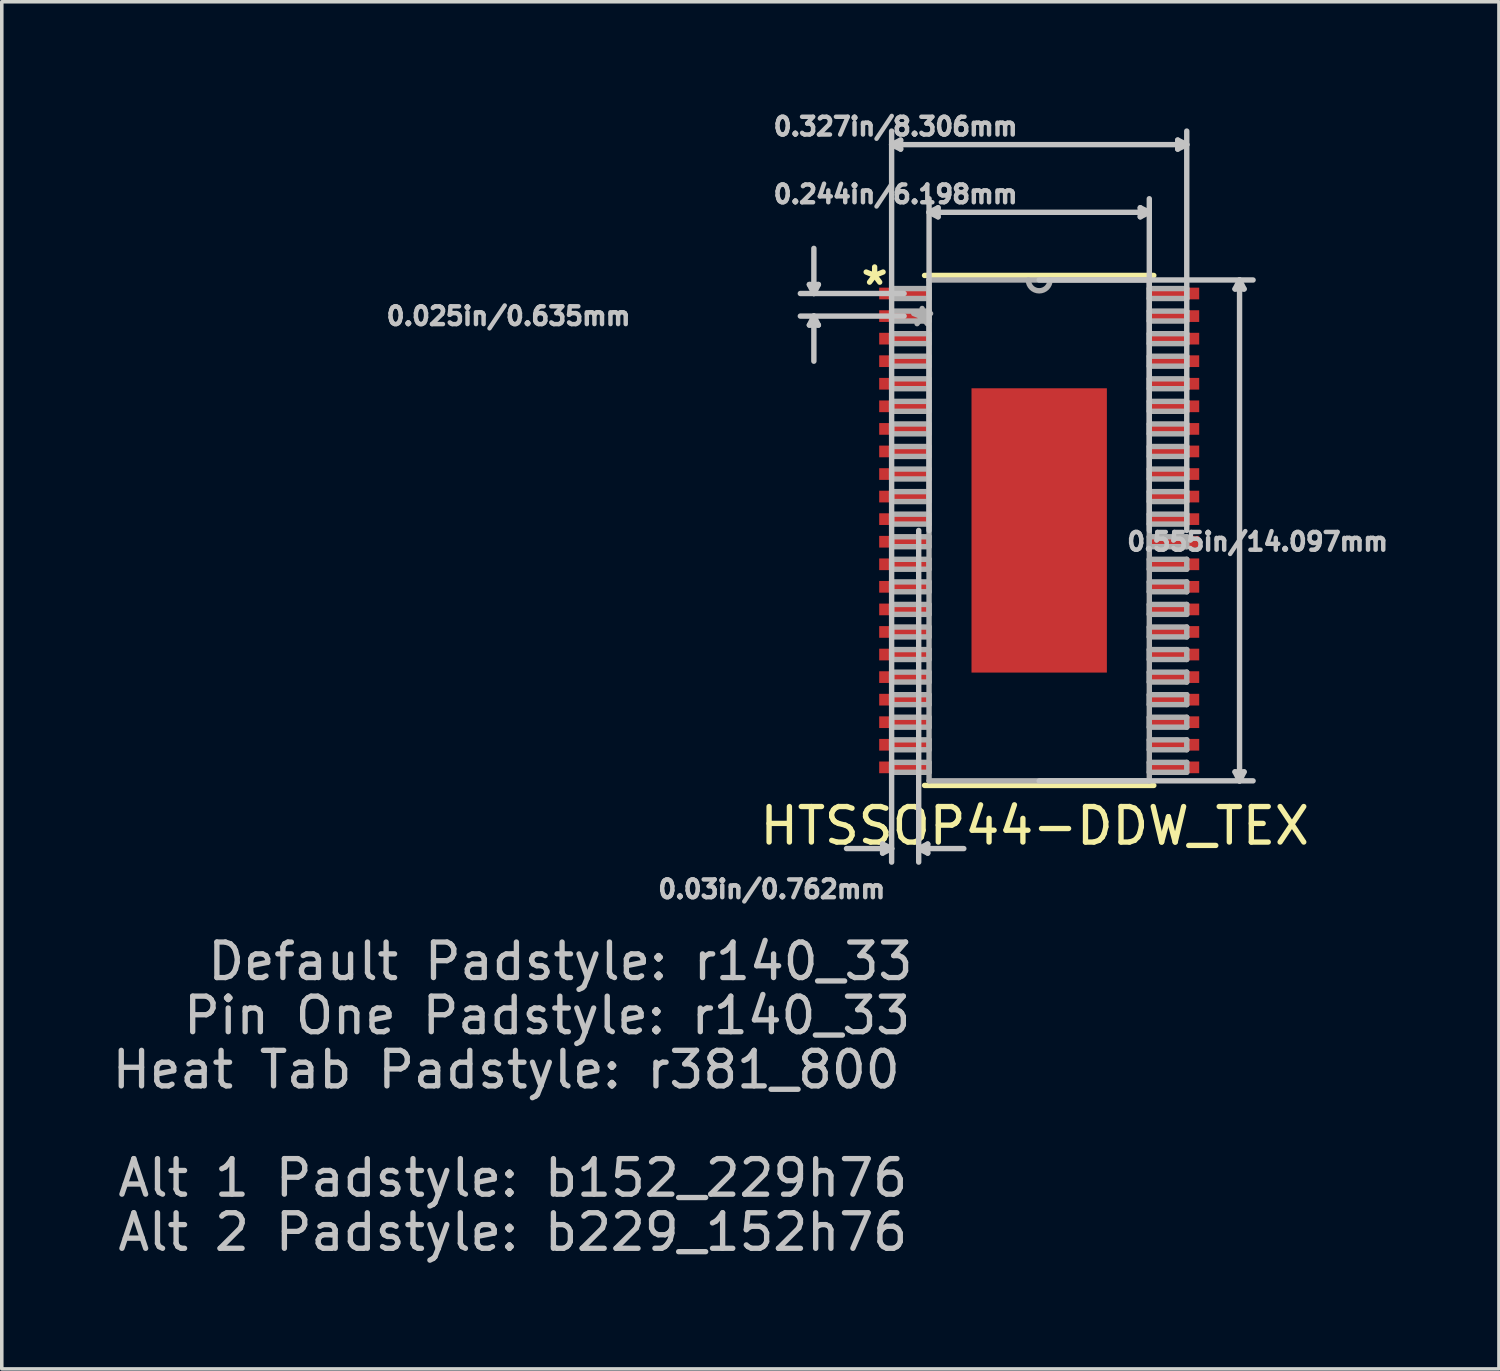
<source format=kicad_pcb>
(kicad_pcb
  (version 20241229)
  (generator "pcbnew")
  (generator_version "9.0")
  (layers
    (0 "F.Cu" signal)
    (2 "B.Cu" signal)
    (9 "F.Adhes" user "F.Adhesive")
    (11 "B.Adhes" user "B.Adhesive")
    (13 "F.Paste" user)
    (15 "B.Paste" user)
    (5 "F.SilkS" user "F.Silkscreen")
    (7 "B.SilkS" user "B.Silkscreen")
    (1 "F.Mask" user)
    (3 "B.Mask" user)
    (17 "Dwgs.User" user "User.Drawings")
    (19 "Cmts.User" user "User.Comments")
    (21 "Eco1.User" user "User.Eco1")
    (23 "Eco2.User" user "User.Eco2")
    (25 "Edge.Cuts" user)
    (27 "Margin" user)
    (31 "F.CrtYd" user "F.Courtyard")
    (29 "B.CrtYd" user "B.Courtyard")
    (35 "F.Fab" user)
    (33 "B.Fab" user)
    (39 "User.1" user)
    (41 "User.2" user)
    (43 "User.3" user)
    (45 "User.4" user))
  (footprint "HTSSOP44-DDW_TEX"
    (layer "F.Cu")
    (at 26.196 11.878)
    (property "Reference" "HTSSOP44-DDW_TEX" (at -0.125 8.315 0) (layer "F.SilkS") (effects (font (size 1 1) (thickness 0.15))))
    (attr smd)
    (fp_line (start -3.226 7.176) (end 3.226 7.176) (stroke (width 0.152) (type solid)) (layer "F.SilkS"))
    (fp_line (start 3.226 -7.176) (end -3.226 -7.176) (stroke (width 0.152) (type solid)) (layer "F.SilkS"))
    (fp_poly (pts (xy -1.805 -3.901) (xy -1.805 -2.767) (xy -0.735 -2.767) (xy -0.735 -3.901)) (stroke (width 0.025) (type solid)) (fill yes) (layer "F.Paste"))
    (fp_poly (pts (xy -1.805 -2.567) (xy -1.805 -1.433) (xy -0.735 -1.433) (xy -0.735 -2.567)) (stroke (width 0.025) (type solid)) (fill yes) (layer "F.Paste"))
    (fp_poly (pts (xy -1.805 -1.234) (xy -1.805 -0.1) (xy -0.735 -0.1) (xy -0.735 -1.234)) (stroke (width 0.025) (type solid)) (fill yes) (layer "F.Paste"))
    (fp_poly (pts (xy -1.805 0.1) (xy -1.805 1.234) (xy -0.735 1.234) (xy -0.735 0.1)) (stroke (width 0.025) (type solid)) (fill yes) (layer "F.Paste"))
    (fp_poly (pts (xy -1.805 1.433) (xy -1.805 2.567) (xy -0.735 2.567) (xy -0.735 1.433)) (stroke (width 0.025) (type solid)) (fill yes) (layer "F.Paste"))
    (fp_poly (pts (xy -1.805 2.767) (xy -1.805 3.901) (xy -0.735 3.901) (xy -0.735 2.767)) (stroke (width 0.025) (type solid)) (fill yes) (layer "F.Paste"))
    (fp_poly (pts (xy -0.535 -3.901) (xy -0.535 -2.767) (xy 0.535 -2.767) (xy 0.535 -3.901)) (stroke (width 0.025) (type solid)) (fill yes) (layer "F.Paste"))
    (fp_poly (pts (xy -0.535 -2.567) (xy -0.535 -1.433) (xy 0.535 -1.433) (xy 0.535 -2.567)) (stroke (width 0.025) (type solid)) (fill yes) (layer "F.Paste"))
    (fp_poly (pts (xy -0.535 -1.234) (xy -0.535 -0.1) (xy 0.535 -0.1) (xy 0.535 -1.234)) (stroke (width 0.025) (type solid)) (fill yes) (layer "F.Paste"))
    (fp_poly (pts (xy -0.535 0.1) (xy -0.535 1.234) (xy 0.535 1.234) (xy 0.535 0.1)) (stroke (width 0.025) (type solid)) (fill yes) (layer "F.Paste"))
    (fp_poly (pts (xy -0.535 1.433) (xy -0.535 2.567) (xy 0.535 2.567) (xy 0.535 1.433)) (stroke (width 0.025) (type solid)) (fill yes) (layer "F.Paste"))
    (fp_poly (pts (xy -0.535 2.767) (xy -0.535 3.901) (xy 0.535 3.901) (xy 0.535 2.767)) (stroke (width 0.025) (type solid)) (fill yes) (layer "F.Paste"))
    (fp_poly (pts (xy 0.735 -3.901) (xy 0.735 -2.767) (xy 1.805 -2.767) (xy 1.805 -3.901)) (stroke (width 0.025) (type solid)) (fill yes) (layer "F.Paste"))
    (fp_poly (pts (xy 0.735 -2.567) (xy 0.735 -1.433) (xy 1.805 -1.433) (xy 1.805 -2.567)) (stroke (width 0.025) (type solid)) (fill yes) (layer "F.Paste"))
    (fp_poly (pts (xy 0.735 -1.234) (xy 0.735 -0.1) (xy 1.805 -0.1) (xy 1.805 -1.234)) (stroke (width 0.025) (type solid)) (fill yes) (layer "F.Paste"))
    (fp_poly (pts (xy 0.735 0.1) (xy 0.735 1.234) (xy 1.805 1.234) (xy 1.805 0.1)) (stroke (width 0.025) (type solid)) (fill yes) (layer "F.Paste"))
    (fp_poly (pts (xy 0.735 1.433) (xy 0.735 2.567) (xy 1.805 2.567) (xy 1.805 1.433)) (stroke (width 0.025) (type solid)) (fill yes) (layer "F.Paste"))
    (fp_poly (pts (xy 0.735 2.767) (xy 0.735 3.901) (xy 1.805 3.901) (xy 1.805 2.767)) (stroke (width 0.025) (type solid)) (fill yes) (layer "F.Paste"))
    (fp_line (start -6.468 -6.921) (end -6.214 -6.921) (stroke (width 0.152) (type solid)) (layer "Dwgs.User"))
    (fp_line (start -6.468 -5.779) (end -6.214 -5.779) (stroke (width 0.152) (type solid)) (layer "Dwgs.User"))
    (fp_line (start -6.341 -6.668) (end -6.468 -6.921) (stroke (width 0.152) (type solid)) (layer "Dwgs.User"))
    (fp_line (start -6.341 -6.668) (end -6.341 -7.938) (stroke (width 0.152) (type solid)) (layer "Dwgs.User"))
    (fp_line (start -6.341 -6.668) (end -6.214 -6.921) (stroke (width 0.152) (type solid)) (layer "Dwgs.User"))
    (fp_line (start -6.341 -6.032) (end -6.468 -5.779) (stroke (width 0.152) (type solid)) (layer "Dwgs.User"))
    (fp_line (start -6.341 -6.032) (end -6.341 -4.763) (stroke (width 0.152) (type solid)) (layer "Dwgs.User"))
    (fp_line (start -6.341 -6.032) (end -6.214 -5.779) (stroke (width 0.152) (type solid)) (layer "Dwgs.User"))
    (fp_line (start -4.407 8.826) (end -4.407 9.081) (stroke (width 0.152) (type solid)) (layer "Dwgs.User"))
    (fp_line (start -4.153 -10.858) (end -3.899 -10.986) (stroke (width 0.152) (type solid)) (layer "Dwgs.User"))
    (fp_line (start -4.153 -10.858) (end -3.899 -10.732) (stroke (width 0.152) (type solid)) (layer "Dwgs.User"))
    (fp_line (start -4.153 -10.858) (end 4.153 -10.858) (stroke (width 0.152) (type solid)) (layer "Dwgs.User"))
    (fp_line (start -4.153 8.954) (end -5.423 8.954) (stroke (width 0.152) (type solid)) (layer "Dwgs.User"))
    (fp_line (start -4.153 8.954) (end -4.407 8.826) (stroke (width 0.152) (type solid)) (layer "Dwgs.User"))
    (fp_line (start -4.153 8.954) (end -4.407 9.081) (stroke (width 0.152) (type solid)) (layer "Dwgs.User"))
    (fp_line (start -4.153 9.335) (end -4.153 -11.239) (stroke (width 0.152) (type solid)) (layer "Dwgs.User"))
    (fp_line (start -3.899 -10.986) (end -3.899 -10.732) (stroke (width 0.152) (type solid)) (layer "Dwgs.User"))
    (fp_line (start -3.801 -6.668) (end -6.722 -6.668) (stroke (width 0.152) (type solid)) (layer "Dwgs.User"))
    (fp_line (start -3.801 -6.032) (end -6.722 -6.032) (stroke (width 0.152) (type solid)) (layer "Dwgs.User"))
    (fp_line (start -3.391 0) (end -3.391 9.335) (stroke (width 0.152) (type solid)) (layer "Dwgs.User"))
    (fp_line (start -3.391 8.954) (end -3.137 8.826) (stroke (width 0.152) (type solid)) (layer "Dwgs.User"))
    (fp_line (start -3.391 8.954) (end -3.137 9.081) (stroke (width 0.152) (type solid)) (layer "Dwgs.User"))
    (fp_line (start -3.391 8.954) (end -2.121 8.954) (stroke (width 0.152) (type solid)) (layer "Dwgs.User"))
    (fp_line (start -3.137 8.826) (end -3.137 9.081) (stroke (width 0.152) (type solid)) (layer "Dwgs.User"))
    (fp_line (start -3.099 -8.954) (end -2.845 -9.081) (stroke (width 0.152) (type solid)) (layer "Dwgs.User"))
    (fp_line (start -3.099 -8.954) (end -2.845 -8.826) (stroke (width 0.152) (type solid)) (layer "Dwgs.User"))
    (fp_line (start -3.099 -8.954) (end 3.099 -8.954) (stroke (width 0.152) (type solid)) (layer "Dwgs.User"))
    (fp_line (start -3.099 0) (end -3.099 -9.335) (stroke (width 0.152) (type solid)) (layer "Dwgs.User"))
    (fp_line (start -2.845 -9.081) (end -2.845 -8.826) (stroke (width 0.152) (type solid)) (layer "Dwgs.User"))
    (fp_line (start 0 -7.048) (end 6.02 -7.048) (stroke (width 0.152) (type solid)) (layer "Dwgs.User"))
    (fp_line (start 0 7.048) (end 6.02 7.048) (stroke (width 0.152) (type solid)) (layer "Dwgs.User"))
    (fp_line (start 2.845 -9.081) (end 2.845 -8.826) (stroke (width 0.152) (type solid)) (layer "Dwgs.User"))
    (fp_line (start 3.099 -8.954) (end 2.845 -9.081) (stroke (width 0.152) (type solid)) (layer "Dwgs.User"))
    (fp_line (start 3.099 -8.954) (end 2.845 -8.826) (stroke (width 0.152) (type solid)) (layer "Dwgs.User"))
    (fp_line (start 3.099 0) (end 3.099 -9.335) (stroke (width 0.152) (type solid)) (layer "Dwgs.User"))
    (fp_line (start 3.899 -10.986) (end 3.899 -10.732) (stroke (width 0.152) (type solid)) (layer "Dwgs.User"))
    (fp_line (start 4.153 -10.858) (end 3.899 -10.986) (stroke (width 0.152) (type solid)) (layer "Dwgs.User"))
    (fp_line (start 4.153 -10.858) (end 3.899 -10.732) (stroke (width 0.152) (type solid)) (layer "Dwgs.User"))
    (fp_line (start 4.153 0) (end 4.153 -11.239) (stroke (width 0.152) (type solid)) (layer "Dwgs.User"))
    (fp_line (start 5.512 -6.795) (end 5.766 -6.795) (stroke (width 0.152) (type solid)) (layer "Dwgs.User"))
    (fp_line (start 5.512 6.795) (end 5.766 6.795) (stroke (width 0.152) (type solid)) (layer "Dwgs.User"))
    (fp_line (start 5.639 -7.048) (end 5.512 -6.795) (stroke (width 0.152) (type solid)) (layer "Dwgs.User"))
    (fp_line (start 5.639 -7.048) (end 5.639 7.048) (stroke (width 0.152) (type solid)) (layer "Dwgs.User"))
    (fp_line (start 5.639 -7.048) (end 5.766 -6.795) (stroke (width 0.152) (type solid)) (layer "Dwgs.User"))
    (fp_line (start 5.639 7.048) (end 5.512 6.795) (stroke (width 0.152) (type solid)) (layer "Dwgs.User"))
    (fp_line (start 5.639 7.048) (end 5.766 6.795) (stroke (width 0.152) (type solid)) (layer "Dwgs.User"))
    (fp_line (start -4.153 -6.807) (end -4.153 -6.528) (stroke (width 0.152) (type solid)) (layer "F.Fab"))
    (fp_line (start -4.153 -6.528) (end -3.099 -6.528) (stroke (width 0.152) (type solid)) (layer "F.Fab"))
    (fp_line (start -4.153 -6.172) (end -4.153 -5.893) (stroke (width 0.152) (type solid)) (layer "F.Fab"))
    (fp_line (start -4.153 -5.893) (end -3.099 -5.893) (stroke (width 0.152) (type solid)) (layer "F.Fab"))
    (fp_line (start -4.153 -5.537) (end -4.153 -5.258) (stroke (width 0.152) (type solid)) (layer "F.Fab"))
    (fp_line (start -4.153 -5.258) (end -3.099 -5.258) (stroke (width 0.152) (type solid)) (layer "F.Fab"))
    (fp_line (start -4.153 -4.902) (end -4.153 -4.623) (stroke (width 0.152) (type solid)) (layer "F.Fab"))
    (fp_line (start -4.153 -4.623) (end -3.099 -4.623) (stroke (width 0.152) (type solid)) (layer "F.Fab"))
    (fp_line (start -4.153 -4.267) (end -4.153 -3.988) (stroke (width 0.152) (type solid)) (layer "F.Fab"))
    (fp_line (start -4.153 -3.988) (end -3.099 -3.988) (stroke (width 0.152) (type solid)) (layer "F.Fab"))
    (fp_line (start -4.153 -3.632) (end -4.153 -3.353) (stroke (width 0.152) (type solid)) (layer "F.Fab"))
    (fp_line (start -4.153 -3.353) (end -3.099 -3.353) (stroke (width 0.152) (type solid)) (layer "F.Fab"))
    (fp_line (start -4.153 -2.997) (end -4.153 -2.718) (stroke (width 0.152) (type solid)) (layer "F.Fab"))
    (fp_line (start -4.153 -2.718) (end -3.099 -2.718) (stroke (width 0.152) (type solid)) (layer "F.Fab"))
    (fp_line (start -4.153 -2.362) (end -4.153 -2.083) (stroke (width 0.152) (type solid)) (layer "F.Fab"))
    (fp_line (start -4.153 -2.083) (end -3.099 -2.083) (stroke (width 0.152) (type solid)) (layer "F.Fab"))
    (fp_line (start -4.153 -1.727) (end -4.153 -1.448) (stroke (width 0.152) (type solid)) (layer "F.Fab"))
    (fp_line (start -4.153 -1.448) (end -3.099 -1.448) (stroke (width 0.152) (type solid)) (layer "F.Fab"))
    (fp_line (start -4.153 -1.092) (end -4.153 -0.813) (stroke (width 0.152) (type solid)) (layer "F.Fab"))
    (fp_line (start -4.153 -0.813) (end -3.099 -0.813) (stroke (width 0.152) (type solid)) (layer "F.Fab"))
    (fp_line (start -4.153 -0.457) (end -4.153 -0.178) (stroke (width 0.152) (type solid)) (layer "F.Fab"))
    (fp_line (start -4.153 -0.178) (end -3.099 -0.178) (stroke (width 0.152) (type solid)) (layer "F.Fab"))
    (fp_line (start -4.153 0.178) (end -4.153 0.457) (stroke (width 0.152) (type solid)) (layer "F.Fab"))
    (fp_line (start -4.153 0.457) (end -3.099 0.457) (stroke (width 0.152) (type solid)) (layer "F.Fab"))
    (fp_line (start -4.153 0.813) (end -4.153 1.092) (stroke (width 0.152) (type solid)) (layer "F.Fab"))
    (fp_line (start -4.153 1.092) (end -3.099 1.092) (stroke (width 0.152) (type solid)) (layer "F.Fab"))
    (fp_line (start -4.153 1.448) (end -4.153 1.727) (stroke (width 0.152) (type solid)) (layer "F.Fab"))
    (fp_line (start -4.153 1.727) (end -3.099 1.727) (stroke (width 0.152) (type solid)) (layer "F.Fab"))
    (fp_line (start -4.153 2.083) (end -4.153 2.362) (stroke (width 0.152) (type solid)) (layer "F.Fab"))
    (fp_line (start -4.153 2.362) (end -3.099 2.362) (stroke (width 0.152) (type solid)) (layer "F.Fab"))
    (fp_line (start -4.153 2.718) (end -4.153 2.997) (stroke (width 0.152) (type solid)) (layer "F.Fab"))
    (fp_line (start -4.153 2.997) (end -3.099 2.997) (stroke (width 0.152) (type solid)) (layer "F.Fab"))
    (fp_line (start -4.153 3.353) (end -4.153 3.632) (stroke (width 0.152) (type solid)) (layer "F.Fab"))
    (fp_line (start -4.153 3.632) (end -3.099 3.632) (stroke (width 0.152) (type solid)) (layer "F.Fab"))
    (fp_line (start -4.153 3.988) (end -4.153 4.267) (stroke (width 0.152) (type solid)) (layer "F.Fab"))
    (fp_line (start -4.153 4.267) (end -3.099 4.267) (stroke (width 0.152) (type solid)) (layer "F.Fab"))
    (fp_line (start -4.153 4.623) (end -4.153 4.902) (stroke (width 0.152) (type solid)) (layer "F.Fab"))
    (fp_line (start -4.153 4.902) (end -3.099 4.902) (stroke (width 0.152) (type solid)) (layer "F.Fab"))
    (fp_line (start -4.153 5.258) (end -4.153 5.537) (stroke (width 0.152) (type solid)) (layer "F.Fab"))
    (fp_line (start -4.153 5.537) (end -3.099 5.537) (stroke (width 0.152) (type solid)) (layer "F.Fab"))
    (fp_line (start -4.153 5.893) (end -4.153 6.172) (stroke (width 0.152) (type solid)) (layer "F.Fab"))
    (fp_line (start -4.153 6.172) (end -3.099 6.172) (stroke (width 0.152) (type solid)) (layer "F.Fab"))
    (fp_line (start -4.153 6.528) (end -4.153 6.807) (stroke (width 0.152) (type solid)) (layer "F.Fab"))
    (fp_line (start -4.153 6.807) (end -3.099 6.807) (stroke (width 0.152) (type solid)) (layer "F.Fab"))
    (fp_line (start -3.099 -7.048) (end -3.099 7.048) (stroke (width 0.152) (type solid)) (layer "F.Fab"))
    (fp_line (start -3.099 -6.807) (end -4.153 -6.807) (stroke (width 0.152) (type solid)) (layer "F.Fab"))
    (fp_line (start -3.099 -6.528) (end -3.099 -6.807) (stroke (width 0.152) (type solid)) (layer "F.Fab"))
    (fp_line (start -3.099 -6.172) (end -4.153 -6.172) (stroke (width 0.152) (type solid)) (layer "F.Fab"))
    (fp_line (start -3.099 -5.893) (end -3.099 -6.172) (stroke (width 0.152) (type solid)) (layer "F.Fab"))
    (fp_line (start -3.099 -5.537) (end -4.153 -5.537) (stroke (width 0.152) (type solid)) (layer "F.Fab"))
    (fp_line (start -3.099 -5.258) (end -3.099 -5.537) (stroke (width 0.152) (type solid)) (layer "F.Fab"))
    (fp_line (start -3.099 -4.902) (end -4.153 -4.902) (stroke (width 0.152) (type solid)) (layer "F.Fab"))
    (fp_line (start -3.099 -4.623) (end -3.099 -4.902) (stroke (width 0.152) (type solid)) (layer "F.Fab"))
    (fp_line (start -3.099 -4.267) (end -4.153 -4.267) (stroke (width 0.152) (type solid)) (layer "F.Fab"))
    (fp_line (start -3.099 -3.988) (end -3.099 -4.267) (stroke (width 0.152) (type solid)) (layer "F.Fab"))
    (fp_line (start -3.099 -3.632) (end -4.153 -3.632) (stroke (width 0.152) (type solid)) (layer "F.Fab"))
    (fp_line (start -3.099 -3.353) (end -3.099 -3.632) (stroke (width 0.152) (type solid)) (layer "F.Fab"))
    (fp_line (start -3.099 -2.997) (end -4.153 -2.997) (stroke (width 0.152) (type solid)) (layer "F.Fab"))
    (fp_line (start -3.099 -2.718) (end -3.099 -2.997) (stroke (width 0.152) (type solid)) (layer "F.Fab"))
    (fp_line (start -3.099 -2.362) (end -4.153 -2.362) (stroke (width 0.152) (type solid)) (layer "F.Fab"))
    (fp_line (start -3.099 -2.083) (end -3.099 -2.362) (stroke (width 0.152) (type solid)) (layer "F.Fab"))
    (fp_line (start -3.099 -1.727) (end -4.153 -1.727) (stroke (width 0.152) (type solid)) (layer "F.Fab"))
    (fp_line (start -3.099 -1.448) (end -3.099 -1.727) (stroke (width 0.152) (type solid)) (layer "F.Fab"))
    (fp_line (start -3.099 -1.092) (end -4.153 -1.092) (stroke (width 0.152) (type solid)) (layer "F.Fab"))
    (fp_line (start -3.099 -0.813) (end -3.099 -1.092) (stroke (width 0.152) (type solid)) (layer "F.Fab"))
    (fp_line (start -3.099 -0.457) (end -4.153 -0.457) (stroke (width 0.152) (type solid)) (layer "F.Fab"))
    (fp_line (start -3.099 -0.178) (end -3.099 -0.457) (stroke (width 0.152) (type solid)) (layer "F.Fab"))
    (fp_line (start -3.099 0.178) (end -4.153 0.178) (stroke (width 0.152) (type solid)) (layer "F.Fab"))
    (fp_line (start -3.099 0.457) (end -3.099 0.178) (stroke (width 0.152) (type solid)) (layer "F.Fab"))
    (fp_line (start -3.099 0.813) (end -4.153 0.813) (stroke (width 0.152) (type solid)) (layer "F.Fab"))
    (fp_line (start -3.099 1.092) (end -3.099 0.813) (stroke (width 0.152) (type solid)) (layer "F.Fab"))
    (fp_line (start -3.099 1.448) (end -4.153 1.448) (stroke (width 0.152) (type solid)) (layer "F.Fab"))
    (fp_line (start -3.099 1.727) (end -3.099 1.448) (stroke (width 0.152) (type solid)) (layer "F.Fab"))
    (fp_line (start -3.099 2.083) (end -4.153 2.083) (stroke (width 0.152) (type solid)) (layer "F.Fab"))
    (fp_line (start -3.099 2.362) (end -3.099 2.083) (stroke (width 0.152) (type solid)) (layer "F.Fab"))
    (fp_line (start -3.099 2.718) (end -4.153 2.718) (stroke (width 0.152) (type solid)) (layer "F.Fab"))
    (fp_line (start -3.099 2.997) (end -3.099 2.718) (stroke (width 0.152) (type solid)) (layer "F.Fab"))
    (fp_line (start -3.099 3.353) (end -4.153 3.353) (stroke (width 0.152) (type solid)) (layer "F.Fab"))
    (fp_line (start -3.099 3.632) (end -3.099 3.353) (stroke (width 0.152) (type solid)) (layer "F.Fab"))
    (fp_line (start -3.099 3.988) (end -4.153 3.988) (stroke (width 0.152) (type solid)) (layer "F.Fab"))
    (fp_line (start -3.099 4.267) (end -3.099 3.988) (stroke (width 0.152) (type solid)) (layer "F.Fab"))
    (fp_line (start -3.099 4.623) (end -4.153 4.623) (stroke (width 0.152) (type solid)) (layer "F.Fab"))
    (fp_line (start -3.099 4.902) (end -3.099 4.623) (stroke (width 0.152) (type solid)) (layer "F.Fab"))
    (fp_line (start -3.099 5.258) (end -4.153 5.258) (stroke (width 0.152) (type solid)) (layer "F.Fab"))
    (fp_line (start -3.099 5.537) (end -3.099 5.258) (stroke (width 0.152) (type solid)) (layer "F.Fab"))
    (fp_line (start -3.099 5.893) (end -4.153 5.893) (stroke (width 0.152) (type solid)) (layer "F.Fab"))
    (fp_line (start -3.099 6.172) (end -3.099 5.893) (stroke (width 0.152) (type solid)) (layer "F.Fab"))
    (fp_line (start -3.099 6.528) (end -4.153 6.528) (stroke (width 0.152) (type solid)) (layer "F.Fab"))
    (fp_line (start -3.099 6.807) (end -3.099 6.528) (stroke (width 0.152) (type solid)) (layer "F.Fab"))
    (fp_line (start -3.099 7.048) (end 3.099 7.048) (stroke (width 0.152) (type solid)) (layer "F.Fab"))
    (fp_line (start 3.099 -7.048) (end -3.099 -7.048) (stroke (width 0.152) (type solid)) (layer "F.Fab"))
    (fp_line (start 3.099 -6.807) (end 3.099 -6.528) (stroke (width 0.152) (type solid)) (layer "F.Fab"))
    (fp_line (start 3.099 -6.528) (end 4.153 -6.528) (stroke (width 0.152) (type solid)) (layer "F.Fab"))
    (fp_line (start 3.099 -6.172) (end 3.099 -5.893) (stroke (width 0.152) (type solid)) (layer "F.Fab"))
    (fp_line (start 3.099 -5.893) (end 4.153 -5.893) (stroke (width 0.152) (type solid)) (layer "F.Fab"))
    (fp_line (start 3.099 -5.537) (end 3.099 -5.258) (stroke (width 0.152) (type solid)) (layer "F.Fab"))
    (fp_line (start 3.099 -5.258) (end 4.153 -5.258) (stroke (width 0.152) (type solid)) (layer "F.Fab"))
    (fp_line (start 3.099 -4.902) (end 3.099 -4.623) (stroke (width 0.152) (type solid)) (layer "F.Fab"))
    (fp_line (start 3.099 -4.623) (end 4.153 -4.623) (stroke (width 0.152) (type solid)) (layer "F.Fab"))
    (fp_line (start 3.099 -4.267) (end 3.099 -3.988) (stroke (width 0.152) (type solid)) (layer "F.Fab"))
    (fp_line (start 3.099 -3.988) (end 4.153 -3.988) (stroke (width 0.152) (type solid)) (layer "F.Fab"))
    (fp_line (start 3.099 -3.632) (end 3.099 -3.353) (stroke (width 0.152) (type solid)) (layer "F.Fab"))
    (fp_line (start 3.099 -3.353) (end 4.153 -3.353) (stroke (width 0.152) (type solid)) (layer "F.Fab"))
    (fp_line (start 3.099 -2.997) (end 3.099 -2.718) (stroke (width 0.152) (type solid)) (layer "F.Fab"))
    (fp_line (start 3.099 -2.718) (end 4.153 -2.718) (stroke (width 0.152) (type solid)) (layer "F.Fab"))
    (fp_line (start 3.099 -2.362) (end 3.099 -2.083) (stroke (width 0.152) (type solid)) (layer "F.Fab"))
    (fp_line (start 3.099 -2.083) (end 4.153 -2.083) (stroke (width 0.152) (type solid)) (layer "F.Fab"))
    (fp_line (start 3.099 -1.727) (end 3.099 -1.448) (stroke (width 0.152) (type solid)) (layer "F.Fab"))
    (fp_line (start 3.099 -1.448) (end 4.153 -1.448) (stroke (width 0.152) (type solid)) (layer "F.Fab"))
    (fp_line (start 3.099 -1.092) (end 3.099 -0.813) (stroke (width 0.152) (type solid)) (layer "F.Fab"))
    (fp_line (start 3.099 -0.813) (end 4.153 -0.813) (stroke (width 0.152) (type solid)) (layer "F.Fab"))
    (fp_line (start 3.099 -0.457) (end 3.099 -0.178) (stroke (width 0.152) (type solid)) (layer "F.Fab"))
    (fp_line (start 3.099 -0.178) (end 4.153 -0.178) (stroke (width 0.152) (type solid)) (layer "F.Fab"))
    (fp_line (start 3.099 0.178) (end 3.099 0.457) (stroke (width 0.152) (type solid)) (layer "F.Fab"))
    (fp_line (start 3.099 0.457) (end 4.153 0.457) (stroke (width 0.152) (type solid)) (layer "F.Fab"))
    (fp_line (start 3.099 0.813) (end 3.099 1.092) (stroke (width 0.152) (type solid)) (layer "F.Fab"))
    (fp_line (start 3.099 1.092) (end 4.153 1.092) (stroke (width 0.152) (type solid)) (layer "F.Fab"))
    (fp_line (start 3.099 1.448) (end 3.099 1.727) (stroke (width 0.152) (type solid)) (layer "F.Fab"))
    (fp_line (start 3.099 1.727) (end 4.153 1.727) (stroke (width 0.152) (type solid)) (layer "F.Fab"))
    (fp_line (start 3.099 2.083) (end 3.099 2.362) (stroke (width 0.152) (type solid)) (layer "F.Fab"))
    (fp_line (start 3.099 2.362) (end 4.153 2.362) (stroke (width 0.152) (type solid)) (layer "F.Fab"))
    (fp_line (start 3.099 2.718) (end 3.099 2.997) (stroke (width 0.152) (type solid)) (layer "F.Fab"))
    (fp_line (start 3.099 2.997) (end 4.153 2.997) (stroke (width 0.152) (type solid)) (layer "F.Fab"))
    (fp_line (start 3.099 3.353) (end 3.099 3.632) (stroke (width 0.152) (type solid)) (layer "F.Fab"))
    (fp_line (start 3.099 3.632) (end 4.153 3.632) (stroke (width 0.152) (type solid)) (layer "F.Fab"))
    (fp_line (start 3.099 3.988) (end 3.099 4.267) (stroke (width 0.152) (type solid)) (layer "F.Fab"))
    (fp_line (start 3.099 4.267) (end 4.153 4.267) (stroke (width 0.152) (type solid)) (layer "F.Fab"))
    (fp_line (start 3.099 4.623) (end 3.099 4.902) (stroke (width 0.152) (type solid)) (layer "F.Fab"))
    (fp_line (start 3.099 4.902) (end 4.153 4.902) (stroke (width 0.152) (type solid)) (layer "F.Fab"))
    (fp_line (start 3.099 5.258) (end 3.099 5.537) (stroke (width 0.152) (type solid)) (layer "F.Fab"))
    (fp_line (start 3.099 5.537) (end 4.153 5.537) (stroke (width 0.152) (type solid)) (layer "F.Fab"))
    (fp_line (start 3.099 5.893) (end 3.099 6.172) (stroke (width 0.152) (type solid)) (layer "F.Fab"))
    (fp_line (start 3.099 6.172) (end 4.153 6.172) (stroke (width 0.152) (type solid)) (layer "F.Fab"))
    (fp_line (start 3.099 6.528) (end 3.099 6.807) (stroke (width 0.152) (type solid)) (layer "F.Fab"))
    (fp_line (start 3.099 6.807) (end 4.153 6.807) (stroke (width 0.152) (type solid)) (layer "F.Fab"))
    (fp_line (start 3.099 7.048) (end 3.099 -7.048) (stroke (width 0.152) (type solid)) (layer "F.Fab"))
    (fp_line (start 4.153 -6.807) (end 3.099 -6.807) (stroke (width 0.152) (type solid)) (layer "F.Fab"))
    (fp_line (start 4.153 -6.528) (end 4.153 -6.807) (stroke (width 0.152) (type solid)) (layer "F.Fab"))
    (fp_line (start 4.153 -6.172) (end 3.099 -6.172) (stroke (width 0.152) (type solid)) (layer "F.Fab"))
    (fp_line (start 4.153 -5.893) (end 4.153 -6.172) (stroke (width 0.152) (type solid)) (layer "F.Fab"))
    (fp_line (start 4.153 -5.537) (end 3.099 -5.537) (stroke (width 0.152) (type solid)) (layer "F.Fab"))
    (fp_line (start 4.153 -5.258) (end 4.153 -5.537) (stroke (width 0.152) (type solid)) (layer "F.Fab"))
    (fp_line (start 4.153 -4.902) (end 3.099 -4.902) (stroke (width 0.152) (type solid)) (layer "F.Fab"))
    (fp_line (start 4.153 -4.623) (end 4.153 -4.902) (stroke (width 0.152) (type solid)) (layer "F.Fab"))
    (fp_line (start 4.153 -4.267) (end 3.099 -4.267) (stroke (width 0.152) (type solid)) (layer "F.Fab"))
    (fp_line (start 4.153 -3.988) (end 4.153 -4.267) (stroke (width 0.152) (type solid)) (layer "F.Fab"))
    (fp_line (start 4.153 -3.632) (end 3.099 -3.632) (stroke (width 0.152) (type solid)) (layer "F.Fab"))
    (fp_line (start 4.153 -3.353) (end 4.153 -3.632) (stroke (width 0.152) (type solid)) (layer "F.Fab"))
    (fp_line (start 4.153 -2.997) (end 3.099 -2.997) (stroke (width 0.152) (type solid)) (layer "F.Fab"))
    (fp_line (start 4.153 -2.718) (end 4.153 -2.997) (stroke (width 0.152) (type solid)) (layer "F.Fab"))
    (fp_line (start 4.153 -2.362) (end 3.099 -2.362) (stroke (width 0.152) (type solid)) (layer "F.Fab"))
    (fp_line (start 4.153 -2.083) (end 4.153 -2.362) (stroke (width 0.152) (type solid)) (layer "F.Fab"))
    (fp_line (start 4.153 -1.727) (end 3.099 -1.727) (stroke (width 0.152) (type solid)) (layer "F.Fab"))
    (fp_line (start 4.153 -1.448) (end 4.153 -1.727) (stroke (width 0.152) (type solid)) (layer "F.Fab"))
    (fp_line (start 4.153 -1.092) (end 3.099 -1.092) (stroke (width 0.152) (type solid)) (layer "F.Fab"))
    (fp_line (start 4.153 -0.813) (end 4.153 -1.092) (stroke (width 0.152) (type solid)) (layer "F.Fab"))
    (fp_line (start 4.153 -0.457) (end 3.099 -0.457) (stroke (width 0.152) (type solid)) (layer "F.Fab"))
    (fp_line (start 4.153 -0.178) (end 4.153 -0.457) (stroke (width 0.152) (type solid)) (layer "F.Fab"))
    (fp_line (start 4.153 0.178) (end 3.099 0.178) (stroke (width 0.152) (type solid)) (layer "F.Fab"))
    (fp_line (start 4.153 0.457) (end 4.153 0.178) (stroke (width 0.152) (type solid)) (layer "F.Fab"))
    (fp_line (start 4.153 0.813) (end 3.099 0.813) (stroke (width 0.152) (type solid)) (layer "F.Fab"))
    (fp_line (start 4.153 1.092) (end 4.153 0.813) (stroke (width 0.152) (type solid)) (layer "F.Fab"))
    (fp_line (start 4.153 1.448) (end 3.099 1.448) (stroke (width 0.152) (type solid)) (layer "F.Fab"))
    (fp_line (start 4.153 1.727) (end 4.153 1.448) (stroke (width 0.152) (type solid)) (layer "F.Fab"))
    (fp_line (start 4.153 2.083) (end 3.099 2.083) (stroke (width 0.152) (type solid)) (layer "F.Fab"))
    (fp_line (start 4.153 2.362) (end 4.153 2.083) (stroke (width 0.152) (type solid)) (layer "F.Fab"))
    (fp_line (start 4.153 2.718) (end 3.099 2.718) (stroke (width 0.152) (type solid)) (layer "F.Fab"))
    (fp_line (start 4.153 2.997) (end 4.153 2.718) (stroke (width 0.152) (type solid)) (layer "F.Fab"))
    (fp_line (start 4.153 3.353) (end 3.099 3.353) (stroke (width 0.152) (type solid)) (layer "F.Fab"))
    (fp_line (start 4.153 3.632) (end 4.153 3.353) (stroke (width 0.152) (type solid)) (layer "F.Fab"))
    (fp_line (start 4.153 3.988) (end 3.099 3.988) (stroke (width 0.152) (type solid)) (layer "F.Fab"))
    (fp_line (start 4.153 4.267) (end 4.153 3.988) (stroke (width 0.152) (type solid)) (layer "F.Fab"))
    (fp_line (start 4.153 4.623) (end 3.099 4.623) (stroke (width 0.152) (type solid)) (layer "F.Fab"))
    (fp_line (start 4.153 4.902) (end 4.153 4.623) (stroke (width 0.152) (type solid)) (layer "F.Fab"))
    (fp_line (start 4.153 5.258) (end 3.099 5.258) (stroke (width 0.152) (type solid)) (layer "F.Fab"))
    (fp_line (start 4.153 5.537) (end 4.153 5.258) (stroke (width 0.152) (type solid)) (layer "F.Fab"))
    (fp_line (start 4.153 5.893) (end 3.099 5.893) (stroke (width 0.152) (type solid)) (layer "F.Fab"))
    (fp_line (start 4.153 6.172) (end 4.153 5.893) (stroke (width 0.152) (type solid)) (layer "F.Fab"))
    (fp_line (start 4.153 6.528) (end 3.099 6.528) (stroke (width 0.152) (type solid)) (layer "F.Fab"))
    (fp_line (start 4.153 6.807) (end 4.153 6.528) (stroke (width 0.152) (type solid)) (layer "F.Fab"))
    (fp_arc (start 0.3048 -7.0485) (mid 0 -6.7437) (end -0.3048 -7.0485) (stroke (width 0.1524) (type solid)) (layer "F.Fab"))
    (fp_text user "*" (at -4.631 -6.87 0) (layer "F.SilkS") (effects (font (size 1 1) (thickness 0.15))))
    (fp_text user "Pin One Padstyle: r140_33" (at -13.847 13.652 0) (layer "Dwgs.User") (effects (font (size 1 1) (thickness 0.15))))
    (fp_text user "0.555in/14.097mm" (at 6.147 0.318 0) (layer "Dwgs.User") (effects (font (size 0.5 0.5) (thickness 0.15))))
    (fp_text user "Alt 2 Padstyle: b229_152h76" (at -14.814 19.748 0) (layer "Dwgs.User") (effects (font (size 1 1) (thickness 0.15))))
    (fp_text user "0.025in/0.635mm" (at -14.934 -6.032 0) (layer "Dwgs.User") (effects (font (size 0.5 0.5) (thickness 0.15))))
    (fp_text user "0.327in/8.306mm" (at -4.042 -11.367 0) (layer "Dwgs.User") (effects (font (size 0.5 0.5) (thickness 0.15))))
    (fp_text user "0.244in/6.198mm" (at -4.042 -9.461 0) (layer "Dwgs.User") (effects (font (size 0.5 0.5) (thickness 0.15))))
    (fp_text user "Alt 1 Padstyle: b152_229h76" (at -14.814 18.224 0) (layer "Dwgs.User") (effects (font (size 1 1) (thickness 0.15))))
    (fp_text user "Default Padstyle: r140_33" (at -13.475 12.129 0) (layer "Dwgs.User") (effects (font (size 1 1) (thickness 0.15))))
    (fp_text user "0.03in/0.762mm" (at -7.526 10.097 0) (layer "Dwgs.User") (effects (font (size 0.5 0.5) (thickness 0.15))))
    (fp_text user "Heat Tab Padstyle: r381_800" (at -15 15.177 0) (layer "Dwgs.User") (effects (font (size 1 1) (thickness 0.15))))
    (fp_text user "*" (at -3.294 -5.702 0) (layer "F.Fab") (effects (font (size 1 1) (thickness 0.15))))
    (pad "1" smd rect (at -3.801 -6.668) (size 1.404 0.329) (layers "F.Cu" "F.Mask" "F.Paste"))
    (pad "2" smd rect (at -3.801 -6.032) (size 1.404 0.329) (layers "F.Cu" "F.Mask" "F.Paste"))
    (pad "3" smd rect (at -3.801 -5.397) (size 1.404 0.329) (layers "F.Cu" "F.Mask" "F.Paste"))
    (pad "4" smd rect (at -3.801 -4.763) (size 1.404 0.329) (layers "F.Cu" "F.Mask" "F.Paste"))
    (pad "5" smd rect (at -3.801 -4.128) (size 1.404 0.329) (layers "F.Cu" "F.Mask" "F.Paste"))
    (pad "6" smd rect (at -3.801 -3.493) (size 1.404 0.329) (layers "F.Cu" "F.Mask" "F.Paste"))
    (pad "7" smd rect (at -3.801 -2.857) (size 1.404 0.329) (layers "F.Cu" "F.Mask" "F.Paste"))
    (pad "8" smd rect (at -3.801 -2.223) (size 1.404 0.329) (layers "F.Cu" "F.Mask" "F.Paste"))
    (pad "9" smd rect (at -3.801 -1.587) (size 1.404 0.329) (layers "F.Cu" "F.Mask" "F.Paste"))
    (pad "10" smd rect (at -3.801 -0.953) (size 1.404 0.329) (layers "F.Cu" "F.Mask" "F.Paste"))
    (pad "11" smd rect (at -3.801 -0.318) (size 1.404 0.329) (layers "F.Cu" "F.Mask" "F.Paste"))
    (pad "12" smd rect (at -3.801 0.318) (size 1.404 0.329) (layers "F.Cu" "F.Mask" "F.Paste"))
    (pad "13" smd rect (at -3.801 0.953) (size 1.404 0.329) (layers "F.Cu" "F.Mask" "F.Paste"))
    (pad "14" smd rect (at -3.801 1.587) (size 1.404 0.329) (layers "F.Cu" "F.Mask" "F.Paste"))
    (pad "15" smd rect (at -3.801 2.223) (size 1.404 0.329) (layers "F.Cu" "F.Mask" "F.Paste"))
    (pad "16" smd rect (at -3.801 2.857) (size 1.404 0.329) (layers "F.Cu" "F.Mask" "F.Paste"))
    (pad "17" smd rect (at -3.801 3.493) (size 1.404 0.329) (layers "F.Cu" "F.Mask" "F.Paste"))
    (pad "18" smd rect (at -3.801 4.128) (size 1.404 0.329) (layers "F.Cu" "F.Mask" "F.Paste"))
    (pad "19" smd rect (at -3.801 4.763) (size 1.404 0.329) (layers "F.Cu" "F.Mask" "F.Paste"))
    (pad "20" smd rect (at -3.801 5.397) (size 1.404 0.329) (layers "F.Cu" "F.Mask" "F.Paste"))
    (pad "21" smd rect (at -3.801 6.032) (size 1.404 0.329) (layers "F.Cu" "F.Mask" "F.Paste"))
    (pad "22" smd rect (at -3.801 6.668) (size 1.404 0.329) (layers "F.Cu" "F.Mask" "F.Paste"))
    (pad "23" smd rect (at 3.801 6.668) (size 1.404 0.329) (layers "F.Cu" "F.Mask" "F.Paste"))
    (pad "24" smd rect (at 3.801 6.032) (size 1.404 0.329) (layers "F.Cu" "F.Mask" "F.Paste"))
    (pad "25" smd rect (at 3.801 5.397) (size 1.404 0.329) (layers "F.Cu" "F.Mask" "F.Paste"))
    (pad "26" smd rect (at 3.801 4.763) (size 1.404 0.329) (layers "F.Cu" "F.Mask" "F.Paste"))
    (pad "27" smd rect (at 3.801 4.128) (size 1.404 0.329) (layers "F.Cu" "F.Mask" "F.Paste"))
    (pad "28" smd rect (at 3.801 3.493) (size 1.404 0.329) (layers "F.Cu" "F.Mask" "F.Paste"))
    (pad "29" smd rect (at 3.801 2.857) (size 1.404 0.329) (layers "F.Cu" "F.Mask" "F.Paste"))
    (pad "30" smd rect (at 3.801 2.223) (size 1.404 0.329) (layers "F.Cu" "F.Mask" "F.Paste"))
    (pad "31" smd rect (at 3.801 1.587) (size 1.404 0.329) (layers "F.Cu" "F.Mask" "F.Paste"))
    (pad "32" smd rect (at 3.801 0.953) (size 1.404 0.329) (layers "F.Cu" "F.Mask" "F.Paste"))
    (pad "33" smd rect (at 3.801 0.318) (size 1.404 0.329) (layers "F.Cu" "F.Mask" "F.Paste"))
    (pad "34" smd rect (at 3.801 -0.318) (size 1.404 0.329) (layers "F.Cu" "F.Mask" "F.Paste"))
    (pad "35" smd rect (at 3.801 -0.953) (size 1.404 0.329) (layers "F.Cu" "F.Mask" "F.Paste"))
    (pad "36" smd rect (at 3.801 -1.587) (size 1.404 0.329) (layers "F.Cu" "F.Mask" "F.Paste"))
    (pad "37" smd rect (at 3.801 -2.223) (size 1.404 0.329) (layers "F.Cu" "F.Mask" "F.Paste"))
    (pad "38" smd rect (at 3.801 -2.857) (size 1.404 0.329) (layers "F.Cu" "F.Mask" "F.Paste"))
    (pad "39" smd rect (at 3.801 -3.493) (size 1.404 0.329) (layers "F.Cu" "F.Mask" "F.Paste"))
    (pad "40" smd rect (at 3.801 -4.128) (size 1.404 0.329) (layers "F.Cu" "F.Mask" "F.Paste"))
    (pad "41" smd rect (at 3.801 -4.763) (size 1.404 0.329) (layers "F.Cu" "F.Mask" "F.Paste"))
    (pad "42" smd rect (at 3.801 -5.397) (size 1.404 0.329) (layers "F.Cu" "F.Mask" "F.Paste"))
    (pad "43" smd rect (at 3.801 -6.032) (size 1.404 0.329) (layers "F.Cu" "F.Mask" "F.Paste"))
    (pad "44" smd rect (at 3.801 -6.668) (size 1.404 0.329) (layers "F.Cu" "F.Mask" "F.Paste"))
    (pad "EPAD" smd rect (at 0 0) (size 3.81 8.001) (layers "F.Cu" "F.Mask")))
  (gr_rect
    (start -3 -3)
    (end 39.135 35.475)
    (stroke (width 0.1) (type default))
    (fill no)
    (layer "Edge.Cuts")))
</source>
